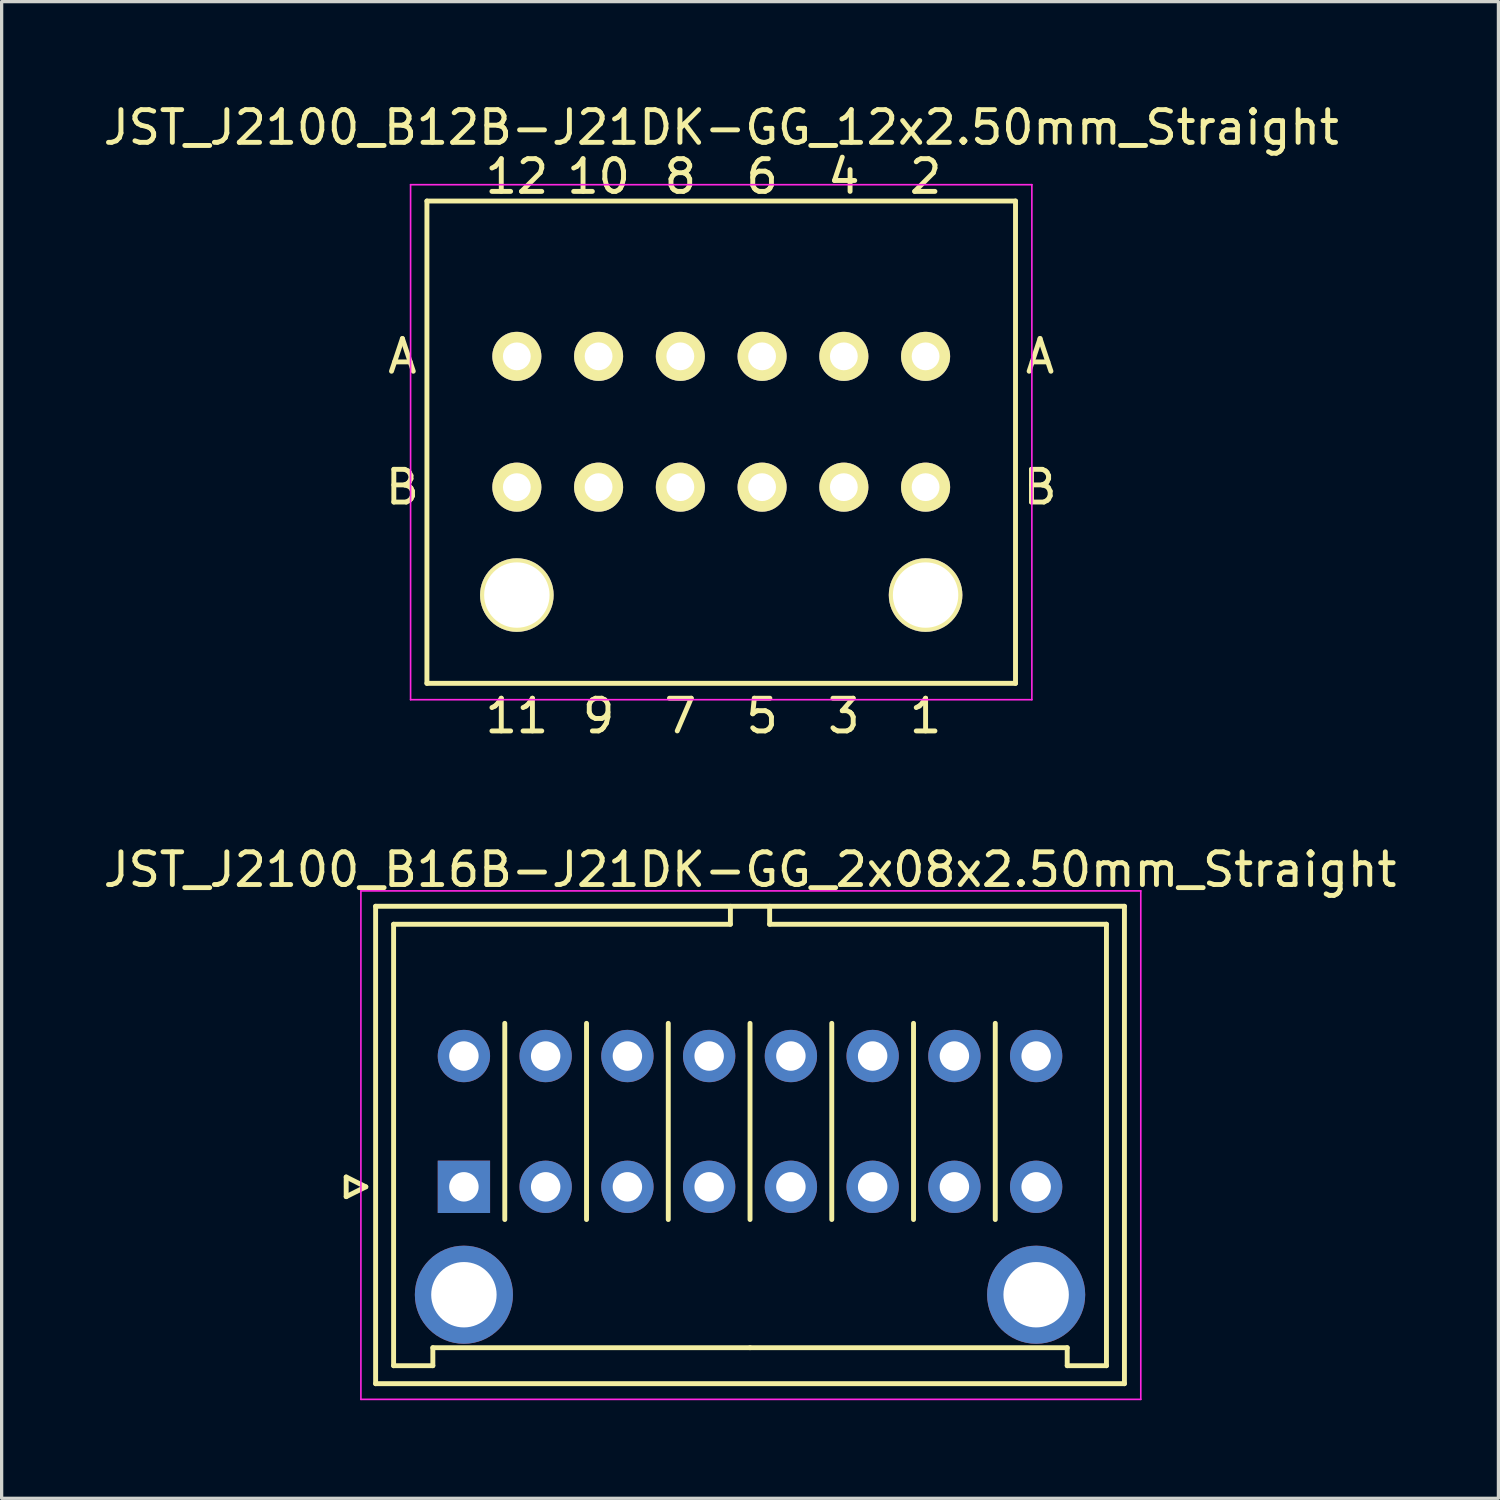
<source format=kicad_pcb>
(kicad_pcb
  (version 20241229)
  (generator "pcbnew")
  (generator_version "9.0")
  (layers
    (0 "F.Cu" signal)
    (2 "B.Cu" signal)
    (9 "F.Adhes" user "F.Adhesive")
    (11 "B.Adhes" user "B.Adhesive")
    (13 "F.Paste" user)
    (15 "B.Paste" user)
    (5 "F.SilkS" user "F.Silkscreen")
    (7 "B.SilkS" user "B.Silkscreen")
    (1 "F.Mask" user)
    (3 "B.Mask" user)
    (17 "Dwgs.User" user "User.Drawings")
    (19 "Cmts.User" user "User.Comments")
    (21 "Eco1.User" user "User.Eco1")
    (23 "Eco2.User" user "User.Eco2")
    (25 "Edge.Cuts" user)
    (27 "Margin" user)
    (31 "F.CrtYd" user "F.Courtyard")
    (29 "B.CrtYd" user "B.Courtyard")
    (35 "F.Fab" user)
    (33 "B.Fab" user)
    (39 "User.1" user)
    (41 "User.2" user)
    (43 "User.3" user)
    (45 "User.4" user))
  (footprint "JST_J2100_B16B-J21DK-GG_2x08x2.50mm_Straight"
    (layer "F.Cu")
    (at 11.137 33.245)
    (property "Reference" "JST_J2100_B16B-J21DK-GG_2x08x2.50mm_Straight" (at 8.75 -9.7 0) (layer "F.SilkS") (effects (font (size 1 1) (thickness 0.15))))
    (attr through_hole)
    (fp_line (start -3.6 -0.3) (end -3 0) (stroke (width 0.15) (type solid)) (layer "F.SilkS"))
    (fp_line (start -3.6 0.3) (end -3.6 -0.3) (stroke (width 0.15) (type solid)) (layer "F.SilkS"))
    (fp_line (start -3 0) (end -3.6 0.3) (stroke (width 0.15) (type solid)) (layer "F.SilkS"))
    (fp_line (start -2.7 -8.58) (end -2.7 6.02) (stroke (width 0.15) (type solid)) (layer "F.SilkS"))
    (fp_line (start -2.7 6.02) (end 20.2 6.02) (stroke (width 0.15) (type solid)) (layer "F.SilkS"))
    (fp_line (start -2.15 -8.03) (end -2.15 5.47) (stroke (width 0.15) (type solid)) (layer "F.SilkS"))
    (fp_line (start -2.15 5.47) (end -0.95 5.47) (stroke (width 0.15) (type solid)) (layer "F.SilkS"))
    (fp_line (start -0.95 4.92) (end 8.75 4.92) (stroke (width 0.15) (type solid)) (layer "F.SilkS"))
    (fp_line (start -0.95 5.47) (end -0.95 4.92) (stroke (width 0.15) (type solid)) (layer "F.SilkS"))
    (fp_line (start 1.25 1) (end 1.25 -5) (stroke (width 0.15) (type solid)) (layer "F.SilkS"))
    (fp_line (start 3.75 1) (end 3.75 -5) (stroke (width 0.15) (type solid)) (layer "F.SilkS"))
    (fp_line (start 6.25 1) (end 6.25 -5) (stroke (width 0.15) (type solid)) (layer "F.SilkS"))
    (fp_line (start 8.15 -8.58) (end 8.15 -8.03) (stroke (width 0.15) (type solid)) (layer "F.SilkS"))
    (fp_line (start 8.15 -8.03) (end -2.15 -8.03) (stroke (width 0.15) (type solid)) (layer "F.SilkS"))
    (fp_line (start 8.75 1) (end 8.75 -5) (stroke (width 0.15) (type solid)) (layer "F.SilkS"))
    (fp_line (start 9.35 -8.58) (end 9.35 -8.03) (stroke (width 0.15) (type solid)) (layer "F.SilkS"))
    (fp_line (start 9.35 -8.03) (end 19.65 -8.03) (stroke (width 0.15) (type solid)) (layer "F.SilkS"))
    (fp_line (start 11.25 1) (end 11.25 -5) (stroke (width 0.15) (type solid)) (layer "F.SilkS"))
    (fp_line (start 13.75 1) (end 13.75 -5) (stroke (width 0.15) (type solid)) (layer "F.SilkS"))
    (fp_line (start 16.25 1) (end 16.25 -5) (stroke (width 0.15) (type solid)) (layer "F.SilkS"))
    (fp_line (start 18.45 4.92) (end 8.75 4.92) (stroke (width 0.15) (type solid)) (layer "F.SilkS"))
    (fp_line (start 18.45 5.47) (end 18.45 4.92) (stroke (width 0.15) (type solid)) (layer "F.SilkS"))
    (fp_line (start 19.65 -8.03) (end 19.65 5.47) (stroke (width 0.15) (type solid)) (layer "F.SilkS"))
    (fp_line (start 19.65 5.47) (end 18.45 5.47) (stroke (width 0.15) (type solid)) (layer "F.SilkS"))
    (fp_line (start 20.2 -8.58) (end -2.7 -8.58) (stroke (width 0.15) (type solid)) (layer "F.SilkS"))
    (fp_line (start 20.2 6.02) (end 20.2 -8.58) (stroke (width 0.15) (type solid)) (layer "F.SilkS"))
    (fp_line (start -3.15 -9.05) (end -3.15 6.5) (stroke (width 0.05) (type solid)) (layer "F.CrtYd"))
    (fp_line (start -3.15 6.5) (end 20.7 6.5) (stroke (width 0.05) (type solid)) (layer "F.CrtYd"))
    (fp_line (start 20.7 -9.05) (end -3.15 -9.05) (stroke (width 0.05) (type solid)) (layer "F.CrtYd"))
    (fp_line (start 20.7 6.5) (end 20.7 -9.05) (stroke (width 0.05) (type solid)) (layer "F.CrtYd"))
    (pad "" thru_hole circle (at 0 3.3) (size 3 3) (drill 2) (layers "*.Cu" "*.Mask"))
    (pad "" thru_hole circle (at 17.5 3.3) (size 3 3) (drill 2) (layers "*.Cu" "*.Mask"))
    (pad "1" thru_hole rect (at 0 0) (size 1.6 1.6) (drill 0.9) (layers "*.Cu" "*.Mask"))
    (pad "2" thru_hole circle (at 0 -4) (size 1.6 1.6) (drill 0.9) (layers "*.Cu" "*.Mask"))
    (pad "3" thru_hole circle (at 2.5 0) (size 1.6 1.6) (drill 0.9) (layers "*.Cu" "*.Mask"))
    (pad "4" thru_hole circle (at 2.5 -4) (size 1.6 1.6) (drill 0.9) (layers "*.Cu" "*.Mask"))
    (pad "5" thru_hole circle (at 5 0) (size 1.6 1.6) (drill 0.9) (layers "*.Cu" "*.Mask"))
    (pad "6" thru_hole circle (at 5 -4) (size 1.6 1.6) (drill 0.9) (layers "*.Cu" "*.Mask"))
    (pad "7" thru_hole circle (at 7.5 0) (size 1.6 1.6) (drill 0.9) (layers "*.Cu" "*.Mask"))
    (pad "8" thru_hole circle (at 7.5 -4) (size 1.6 1.6) (drill 0.9) (layers "*.Cu" "*.Mask"))
    (pad "9" thru_hole circle (at 10 0) (size 1.6 1.6) (drill 0.9) (layers "*.Cu" "*.Mask"))
    (pad "10" thru_hole circle (at 10 -4) (size 1.6 1.6) (drill 0.9) (layers "*.Cu" "*.Mask"))
    (pad "11" thru_hole circle (at 12.5 0) (size 1.6 1.6) (drill 0.9) (layers "*.Cu" "*.Mask"))
    (pad "12" thru_hole circle (at 12.5 -4) (size 1.6 1.6) (drill 0.9) (layers "*.Cu" "*.Mask"))
    (pad "13" thru_hole circle (at 15 0) (size 1.6 1.6) (drill 0.9) (layers "*.Cu" "*.Mask"))
    (pad "14" thru_hole circle (at 15 -4) (size 1.6 1.6) (drill 0.9) (layers "*.Cu" "*.Mask"))
    (pad "15" thru_hole circle (at 17.5 0) (size 1.6 1.6) (drill 0.9) (layers "*.Cu" "*.Mask"))
    (pad "16" thru_hole circle (at 17.5 -4) (size 1.6 1.6) (drill 0.9) (layers "*.Cu" "*.Mask")))
  (footprint "JST_J2100_B12B-J21DK-GG_12x2.50mm_Straight"
    (layer "F.Cu")
    (at 25.256 11.848)
    (property "Reference" "JST_J2100_B12B-J21DK-GG_12x2.50mm_Straight" (at -6.25 -11 0) (layer "F.SilkS") (effects (font (size 1 1) (thickness 0.15))))
    (attr through_hole)
    (fp_line (start -15.25 6) (end -15.25 -8.75) (stroke (width 0.15) (type solid)) (layer "F.SilkS"))
    (fp_line (start 2.75 -8.75) (end -15.25 -8.75) (stroke (width 0.15) (type solid)) (layer "F.SilkS"))
    (fp_line (start 2.75 -8.75) (end 2.75 6) (stroke (width 0.15) (type solid)) (layer "F.SilkS"))
    (fp_line (start 2.75 6) (end -15.25 6) (stroke (width 0.15) (type solid)) (layer "F.SilkS"))
    (fp_line (start -15.75 -9.25) (end 3.25 -9.25) (stroke (width 0.05) (type solid)) (layer "F.CrtYd"))
    (fp_line (start -15.75 6.5) (end -15.75 -9.25) (stroke (width 0.05) (type solid)) (layer "F.CrtYd"))
    (fp_line (start 3.25 -9.25) (end 3.25 6.5) (stroke (width 0.05) (type solid)) (layer "F.CrtYd"))
    (fp_line (start 3.25 6.5) (end -15.75 6.5) (stroke (width 0.05) (type solid)) (layer "F.CrtYd"))
    (fp_text user "A" (at -16 -4 0) (layer "F.SilkS") (effects (font (size 1 1) (thickness 0.15))))
    (fp_text user "6" (at -5 -9.5 0) (layer "F.SilkS") (effects (font (size 1 1) (thickness 0.15))))
    (fp_text user "2" (at 0 -9.5 0) (layer "F.SilkS") (effects (font (size 1 1) (thickness 0.15))))
    (fp_text user "B" (at 3.5 0 0) (layer "F.SilkS") (effects (font (size 1 1) (thickness 0.15))))
    (fp_text user "4" (at -2.5 -9.5 0) (layer "F.SilkS") (effects (font (size 1 1) (thickness 0.15))))
    (fp_text user "12" (at -12.5 -9.5 0) (layer "F.SilkS") (effects (font (size 1 1) (thickness 0.15))))
    (fp_text user "11" (at -12.5 7 0) (layer "F.SilkS") (effects (font (size 1 1) (thickness 0.15))))
    (fp_text user "3" (at -2.5 7 0) (layer "F.SilkS") (effects (font (size 1 1) (thickness 0.15))))
    (fp_text user "1" (at 0 7 0) (layer "F.SilkS") (effects (font (size 1 1) (thickness 0.15))))
    (fp_text user "B" (at -16 0 0) (layer "F.SilkS") (effects (font (size 1 1) (thickness 0.15))))
    (fp_text user "9" (at -10 7 0) (layer "F.SilkS") (effects (font (size 1 1) (thickness 0.15))))
    (fp_text user "8" (at -7.5 -9.5 0) (layer "F.SilkS") (effects (font (size 1 1) (thickness 0.15))))
    (fp_text user "5" (at -5 7 0) (layer "F.SilkS") (effects (font (size 1 1) (thickness 0.15))))
    (fp_text user "10" (at -10 -9.5 0) (layer "F.SilkS") (effects (font (size 1 1) (thickness 0.15))))
    (fp_text user "7" (at -7.5 7 0) (layer "F.SilkS") (effects (font (size 1 1) (thickness 0.15))))
    (fp_text user "A" (at 3.5 -4 0) (layer "F.SilkS") (effects (font (size 1 1) (thickness 0.15))))
    (pad "" thru_hole circle (at -12.5 3.3) (size 2.25 2.25) (drill 2) (layers "*.Cu" "*.Mask" "F.SilkS"))
    (pad "" thru_hole circle (at 0 3.3) (size 2.25 2.25) (drill 2) (layers "*.Cu" "*.Mask" "F.SilkS"))
    (pad "1" thru_hole circle (at 0 0) (size 1.5 1.5) (drill 0.85) (layers "*.Cu" "*.Mask" "F.SilkS"))
    (pad "2" thru_hole circle (at 0 -4) (size 1.5 1.5) (drill 0.85) (layers "*.Cu" "*.Mask" "F.SilkS"))
    (pad "3" thru_hole circle (at -2.5 0) (size 1.5 1.5) (drill 0.85) (layers "*.Cu" "*.Mask" "F.SilkS"))
    (pad "4" thru_hole circle (at -2.5 -4) (size 1.5 1.5) (drill 0.85) (layers "*.Cu" "*.Mask" "F.SilkS"))
    (pad "5" thru_hole circle (at -5 0) (size 1.5 1.5) (drill 0.85) (layers "*.Cu" "*.Mask" "F.SilkS"))
    (pad "6" thru_hole circle (at -5 -4) (size 1.5 1.5) (drill 0.85) (layers "*.Cu" "*.Mask" "F.SilkS"))
    (pad "7" thru_hole circle (at -7.5 0) (size 1.5 1.5) (drill 0.85) (layers "*.Cu" "*.Mask" "F.SilkS"))
    (pad "8" thru_hole circle (at -7.5 -4) (size 1.5 1.5) (drill 0.85) (layers "*.Cu" "*.Mask" "F.SilkS"))
    (pad "9" thru_hole circle (at -12.5 0) (size 1.5 1.5) (drill 0.85) (layers "*.Cu" "*.Mask" "F.SilkS"))
    (pad "9" thru_hole circle (at -10 0) (size 1.5 1.5) (drill 0.85) (layers "*.Cu" "*.Mask" "F.SilkS"))
    (pad "10" thru_hole circle (at -12.5 -4) (size 1.5 1.5) (drill 0.85) (layers "*.Cu" "*.Mask" "F.SilkS"))
    (pad "10" thru_hole circle (at -10 -4) (size 1.5 1.5) (drill 0.85) (layers "*.Cu" "*.Mask" "F.SilkS")))
  (gr_rect
    (start -3 -3)
    (end 42.774 42.77)
    (stroke (width 0.1) (type default))
    (fill no)
    (layer "Edge.Cuts")))
</source>
